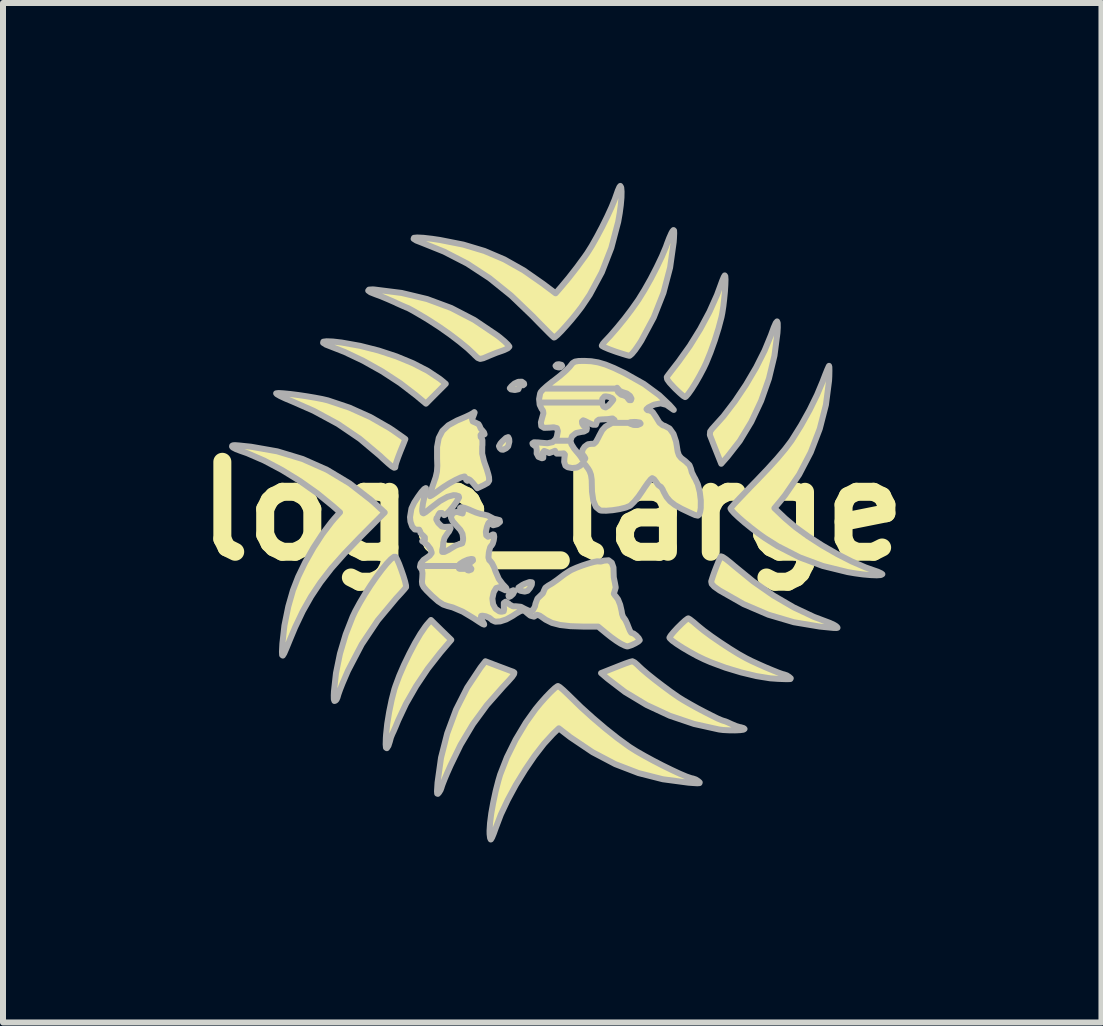
<source format=kicad_pcb>
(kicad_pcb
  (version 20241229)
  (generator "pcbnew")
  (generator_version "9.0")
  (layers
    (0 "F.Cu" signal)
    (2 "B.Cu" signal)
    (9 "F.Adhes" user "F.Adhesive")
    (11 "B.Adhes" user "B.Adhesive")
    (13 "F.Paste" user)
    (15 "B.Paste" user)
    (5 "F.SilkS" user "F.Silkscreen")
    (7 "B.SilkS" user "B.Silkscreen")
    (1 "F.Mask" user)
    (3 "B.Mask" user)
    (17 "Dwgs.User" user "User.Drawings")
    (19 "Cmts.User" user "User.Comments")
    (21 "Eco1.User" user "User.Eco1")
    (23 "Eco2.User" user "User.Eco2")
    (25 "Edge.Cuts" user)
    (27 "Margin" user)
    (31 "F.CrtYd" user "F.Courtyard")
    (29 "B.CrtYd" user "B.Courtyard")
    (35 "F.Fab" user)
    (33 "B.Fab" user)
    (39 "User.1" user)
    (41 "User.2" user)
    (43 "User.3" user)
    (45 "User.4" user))
  (footprint "logo_large"
    (layer "F.Cu")
    (at 6.157 5.471)
    (property "Reference" "logo_large" (at 0 0 0) (layer "F.SilkS") (effects (font (size 1.5 1.5) (thickness 0.3))))
    (attr board_only exclude_from_pos_files exclude_from_bom)
    (fp_poly (pts (xy 0.155 -2.438) (xy 0.165 -2.422) (xy 0.142 -2.399) (xy 0.11 -2.394) (xy 0.065 -2.406) (xy 0.055 -2.422) (xy 0.078 -2.444) (xy 0.11 -2.449)) (stroke (width 0) (type solid)) (fill yes) (layer "F.SilkS"))
    (fp_poly (pts (xy -0.633 1.342) (xy -0.633 1.343) (xy -0.653 1.383) (xy -0.695 1.421) (xy -0.722 1.431) (xy -0.729 1.411) (xy -0.715 1.376) (xy -0.681 1.334) (xy -0.648 1.32)) (stroke (width 0) (type solid)) (fill yes) (layer "F.SilkS"))
    (fp_poly (pts (xy -0.339 1.189) (xy -0.341 1.229) (xy -0.37 1.281) (xy -0.41 1.329) (xy -0.458 1.343) (xy -0.53 1.329) (xy -0.573 1.306) (xy -0.562 1.274) (xy -0.498 1.232) (xy -0.461 1.214) (xy -0.379 1.184)) (stroke (width 0) (type solid)) (fill yes) (layer "F.SilkS"))
    (fp_poly (pts (xy -0.718 -1.201) (xy -0.715 -1.157) (xy -0.735 -1.079) (xy -0.769 -1.047) (xy -0.818 -1.023) (xy -0.847 -1.026) (xy -0.875 -1.051) (xy -0.888 -1.083) (xy -0.865 -1.127) (xy -0.834 -1.161) (xy -0.771 -1.22) (xy -0.734 -1.233)) (stroke (width 0) (type solid)) (fill yes) (layer "F.SilkS"))
    (fp_poly (pts (xy -0.472 -2.131) (xy -0.468 -2.113) (xy -0.488 -2.097) (xy -0.509 -2.101) (xy -0.544 -2.097) (xy -0.55 -2.067) (xy -0.565 -2.03) (xy -0.616 -2.019) (xy -0.633 -2.02) (xy -0.688 -2.029) (xy -0.707 -2.048) (xy -0.707 -2.048) (xy -0.68 -2.082) (xy -0.63 -2.125) (xy -0.566 -2.155) (xy -0.507 -2.156)) (stroke (width 0) (type solid)) (fill yes) (layer "F.SilkS"))
    (fp_poly (pts (xy -3.659 -2.827) (xy -3.511 -2.81) (xy -3.203 -2.755) (xy -2.895 -2.677) (xy -2.598 -2.579) (xy -2.322 -2.464) (xy -2.078 -2.338) (xy -1.876 -2.204) (xy -1.843 -2.178) (xy -1.775 -2.122) (xy -1.94 -1.956) (xy -2.105 -1.791) (xy -2.27 -1.929) (xy -2.537 -2.133) (xy -2.836 -2.329) (xy -3.15 -2.505) (xy -3.461 -2.653) (xy -3.674 -2.736) (xy -3.774 -2.775) (xy -3.821 -2.805) (xy -3.816 -2.823) (xy -3.762 -2.831)) (stroke (width 0) (type solid)) (fill yes) (layer "F.SilkS"))
    (fp_poly (pts (xy 3.759 -3.135) (xy 3.759 -3.058) (xy 3.754 -2.972) (xy 3.705 -2.591) (xy 3.613 -2.209) (xy 3.483 -1.838) (xy 3.319 -1.488) (xy 3.125 -1.168) (xy 2.922 -0.907) (xy 2.817 -0.789) (xy 2.731 -1.007) (xy 2.689 -1.113) (xy 2.654 -1.202) (xy 2.631 -1.261) (xy 2.627 -1.271) (xy 2.633 -1.326) (xy 2.663 -1.369) (xy 2.853 -1.581) (xy 3.046 -1.831) (xy 3.23 -2.107) (xy 3.399 -2.394) (xy 3.541 -2.676) (xy 3.645 -2.931) (xy 3.693 -3.06) (xy 3.727 -3.137) (xy 3.749 -3.162)) (stroke (width 0) (type solid)) (fill yes) (layer "F.SilkS"))
    (fp_poly (pts (xy -1.853 1.982) (xy -1.684 2.147) (xy -1.865 2.36) (xy -2.074 2.628) (xy -2.269 2.917) (xy -2.437 3.211) (xy -2.57 3.493) (xy -2.573 3.502) (xy -2.613 3.596) (xy -2.647 3.674) (xy -2.667 3.716) (xy -2.689 3.772) (xy -2.709 3.846) (xy -2.731 3.913) (xy -2.757 3.952) (xy -2.758 3.953) (xy -2.772 3.943) (xy -2.778 3.889) (xy -2.775 3.786) (xy -2.771 3.726) (xy -2.751 3.546) (xy -2.718 3.345) (xy -2.677 3.146) (xy -2.632 2.971) (xy -2.615 2.917) (xy -2.551 2.747) (xy -2.471 2.562) (xy -2.381 2.376) (xy -2.288 2.199) (xy -2.197 2.045) (xy -2.116 1.925) (xy -2.084 1.886) (xy -2.023 1.816)) (stroke (width 0) (type solid)) (fill yes) (layer "F.SilkS"))
    (fp_poly (pts (xy -0.908 2.583) (xy -0.804 2.623) (xy -0.714 2.656) (xy -0.656 2.677) (xy -0.65 2.68) (xy -0.633 2.693) (xy -0.637 2.718) (xy -0.667 2.761) (xy -0.727 2.83) (xy -0.815 2.924) (xy -1.09 3.235) (xy -1.324 3.554) (xy -1.528 3.897) (xy -1.696 4.24) (xy -1.751 4.366) (xy -1.797 4.475) (xy -1.83 4.557) (xy -1.844 4.601) (xy -1.845 4.604) (xy -1.861 4.65) (xy -1.887 4.692) (xy -1.908 4.715) (xy -1.919 4.71) (xy -1.921 4.671) (xy -1.917 4.589) (xy -1.912 4.527) (xy -1.854 4.113) (xy -1.751 3.704) (xy -1.604 3.311) (xy -1.418 2.943) (xy -1.197 2.61) (xy -1.163 2.566) (xy -1.115 2.505)) (stroke (width 0) (type solid)) (fill yes) (layer "F.SilkS"))
    (fp_poly (pts (xy 2.841 0.764) (xy 2.898 0.803) (xy 2.977 0.866) (xy 3.033 0.913) (xy 3.353 1.175) (xy 3.688 1.408) (xy 4.027 1.606) (xy 4.361 1.763) (xy 4.541 1.831) (xy 4.631 1.865) (xy 4.703 1.899) (xy 4.732 1.918) (xy 4.751 1.935) (xy 4.756 1.945) (xy 4.738 1.95) (xy 4.692 1.948) (xy 4.607 1.94) (xy 4.476 1.927) (xy 4.458 1.925) (xy 4.028 1.853) (xy 3.604 1.728) (xy 3.19 1.552) (xy 2.792 1.324) (xy 2.782 1.318) (xy 2.7 1.259) (xy 2.658 1.215) (xy 2.651 1.175) (xy 2.652 1.17) (xy 2.67 1.108) (xy 2.701 1.022) (xy 2.737 0.927) (xy 2.772 0.84) (xy 2.8 0.777) (xy 2.813 0.755)) (stroke (width 0) (type solid)) (fill yes) (layer "F.SilkS"))
    (fp_poly (pts (xy -4.481 -1.963) (xy -4.368 -1.951) (xy -4.235 -1.935) (xy -4.095 -1.914) (xy -3.958 -1.891) (xy -3.836 -1.868) (xy -3.743 -1.845) (xy -3.383 -1.725) (xy -3.032 -1.568) (xy -2.711 -1.383) (xy -2.649 -1.341) (xy -2.56 -1.28) (xy -2.491 -1.232) (xy -2.454 -1.204) (xy -2.449 -1.201) (xy -2.459 -1.175) (xy -2.484 -1.112) (xy -2.521 -1.022) (xy -2.532 -0.995) (xy -2.571 -0.894) (xy -2.6 -0.811) (xy -2.614 -0.759) (xy -2.614 -0.754) (xy -2.619 -0.728) (xy -2.636 -0.723) (xy -2.671 -0.743) (xy -2.732 -0.792) (xy -2.822 -0.875) (xy -2.876 -0.924) (xy -3.208 -1.205) (xy -3.574 -1.452) (xy -3.978 -1.671) (xy -4.338 -1.829) (xy -4.45 -1.877) (xy -4.538 -1.918) (xy -4.591 -1.948) (xy -4.603 -1.963) (xy -4.563 -1.967)) (stroke (width 0) (type solid)) (fill yes) (layer "F.SilkS"))
    (fp_poly (pts (xy -2.587 0.805) (xy -2.554 0.881) (xy -2.517 0.978) (xy -2.482 1.079) (xy -2.454 1.172) (xy -2.438 1.24) (xy -2.438 1.269) (xy -2.465 1.304) (xy -2.519 1.366) (xy -2.59 1.443) (xy -2.602 1.455) (xy -2.909 1.821) (xy -3.176 2.222) (xy -3.406 2.662) (xy -3.499 2.876) (xy -3.537 2.973) (xy -3.565 3.051) (xy -3.577 3.096) (xy -3.577 3.099) (xy -3.596 3.143) (xy -3.613 3.16) (xy -3.632 3.166) (xy -3.641 3.139) (xy -3.642 3.07) (xy -3.639 3.005) (xy -3.606 2.7) (xy -3.539 2.378) (xy -3.445 2.058) (xy -3.328 1.761) (xy -3.285 1.671) (xy -3.21 1.53) (xy -3.123 1.383) (xy -3.029 1.238) (xy -2.934 1.1) (xy -2.842 0.977) (xy -2.759 0.875) (xy -2.689 0.801) (xy -2.638 0.762) (xy -2.613 0.762)) (stroke (width 0) (type solid)) (fill yes) (layer "F.SilkS"))
    (fp_poly (pts (xy 2.031 -4.676) (xy 2.033 -4.631) (xy 2.028 -4.543) (xy 2.024 -4.486) (xy 1.965 -4.059) (xy 1.854 -3.638) (xy 1.693 -3.229) (xy 1.484 -2.84) (xy 1.442 -2.773) (xy 1.382 -2.686) (xy 1.329 -2.622) (xy 1.293 -2.59) (xy 1.287 -2.589) (xy 1.246 -2.599) (xy 1.168 -2.622) (xy 1.068 -2.655) (xy 1.04 -2.665) (xy 0.941 -2.701) (xy 0.867 -2.732) (xy 0.829 -2.754) (xy 0.826 -2.758) (xy 0.843 -2.79) (xy 0.876 -2.827) (xy 0.971 -2.928) (xy 1.085 -3.06) (xy 1.205 -3.208) (xy 1.32 -3.358) (xy 1.417 -3.494) (xy 1.437 -3.524) (xy 1.538 -3.687) (xy 1.641 -3.871) (xy 1.741 -4.063) (xy 1.828 -4.245) (xy 1.895 -4.404) (xy 1.914 -4.458) (xy 1.949 -4.552) (xy 1.985 -4.631) (xy 2.004 -4.664) (xy 2.022 -4.685)) (stroke (width 0) (type solid)) (fill yes) (layer "F.SilkS"))
    (fp_poly (pts (xy 2.885 -3.916) (xy 2.888 -3.859) (xy 2.886 -3.77) (xy 2.879 -3.659) (xy 2.867 -3.537) (xy 2.853 -3.416) (xy 2.836 -3.305) (xy 2.821 -3.233) (xy 2.773 -3.049) (xy 2.709 -2.847) (xy 2.638 -2.648) (xy 2.566 -2.471) (xy 2.525 -2.381) (xy 2.459 -2.257) (xy 2.39 -2.138) (xy 2.325 -2.033) (xy 2.269 -1.953) (xy 2.229 -1.908) (xy 2.215 -1.901) (xy 2.184 -1.919) (xy 2.126 -1.967) (xy 2.053 -2.037) (xy 2.037 -2.052) (xy 1.957 -2.139) (xy 1.916 -2.197) (xy 1.91 -2.234) (xy 1.914 -2.241) (xy 1.941 -2.278) (xy 1.994 -2.346) (xy 2.062 -2.436) (xy 2.108 -2.494) (xy 2.294 -2.754) (xy 2.468 -3.036) (xy 2.621 -3.323) (xy 2.746 -3.601) (xy 2.801 -3.75) (xy 2.832 -3.838) (xy 2.86 -3.903) (xy 2.875 -3.929)) (stroke (width 0) (type solid)) (fill yes) (layer "F.SilkS"))
    (fp_poly (pts (xy -2.965 -3.694) (xy -2.511 -3.637) (xy -2.086 -3.535) (xy -1.684 -3.385) (xy -1.3 -3.187) (xy -0.929 -2.937) (xy -0.874 -2.894) (xy -0.796 -2.83) (xy -0.74 -2.776) (xy -0.716 -2.743) (xy -0.715 -2.741) (xy -0.739 -2.715) (xy -0.799 -2.685) (xy -0.831 -2.674) (xy -0.934 -2.638) (xy -1.043 -2.594) (xy -1.064 -2.585) (xy -1.148 -2.548) (xy -1.202 -2.537) (xy -1.244 -2.554) (xy -1.293 -2.601) (xy -1.309 -2.617) (xy -1.409 -2.712) (xy -1.545 -2.824) (xy -1.705 -2.945) (xy -1.876 -3.066) (xy -2.047 -3.177) (xy -2.115 -3.219) (xy -2.225 -3.284) (xy -2.317 -3.336) (xy -2.38 -3.372) (xy -2.406 -3.385) (xy -2.434 -3.396) (xy -2.5 -3.424) (xy -2.59 -3.465) (xy -2.619 -3.479) (xy -2.734 -3.53) (xy -2.848 -3.577) (xy -2.938 -3.611) (xy -2.943 -3.613) (xy -3.031 -3.648) (xy -3.069 -3.675) (xy -3.056 -3.692) (xy -2.991 -3.695)) (stroke (width 0) (type solid)) (fill yes) (layer "F.SilkS"))
    (fp_poly (pts (xy 2.298 1.806) (xy 2.356 1.851) (xy 2.428 1.913) (xy 2.524 1.992) (xy 2.655 2.088) (xy 2.806 2.192) (xy 2.963 2.295) (xy 3.112 2.387) (xy 3.234 2.456) (xy 3.324 2.5) (xy 3.434 2.551) (xy 3.553 2.604) (xy 3.668 2.653) (xy 3.768 2.692) (xy 3.839 2.718) (xy 3.867 2.724) (xy 3.911 2.74) (xy 3.951 2.765) (xy 3.977 2.788) (xy 3.97 2.8) (xy 3.921 2.803) (xy 3.866 2.802) (xy 3.762 2.797) (xy 3.662 2.791) (xy 3.633 2.788) (xy 3.404 2.751) (xy 3.149 2.691) (xy 2.887 2.611) (xy 2.638 2.518) (xy 2.532 2.472) (xy 2.415 2.415) (xy 2.293 2.349) (xy 2.177 2.28) (xy 2.076 2.215) (xy 2 2.16) (xy 1.959 2.121) (xy 1.954 2.11) (xy 1.973 2.077) (xy 2.02 2.02) (xy 2.084 1.951) (xy 2.153 1.881) (xy 2.216 1.824) (xy 2.259 1.792) (xy 2.268 1.789)) (stroke (width 0) (type solid)) (fill yes) (layer "F.SilkS"))
    (fp_poly (pts (xy 1.374 2.523) (xy 1.426 2.568) (xy 1.433 2.576) (xy 1.496 2.636) (xy 1.594 2.719) (xy 1.714 2.815) (xy 1.845 2.916) (xy 1.977 3.013) (xy 2.097 3.097) (xy 2.114 3.109) (xy 2.196 3.159) (xy 2.302 3.221) (xy 2.422 3.287) (xy 2.545 3.352) (xy 2.661 3.412) (xy 2.759 3.459) (xy 2.827 3.489) (xy 2.852 3.496) (xy 2.89 3.508) (xy 2.956 3.536) (xy 2.986 3.55) (xy 3.064 3.583) (xy 3.128 3.602) (xy 3.142 3.604) (xy 3.192 3.619) (xy 3.206 3.633) (xy 3.189 3.645) (xy 3.132 3.653) (xy 3.047 3.656) (xy 2.948 3.656) (xy 2.85 3.65) (xy 2.779 3.641) (xy 2.365 3.55) (xy 1.959 3.412) (xy 1.571 3.233) (xy 1.212 3.016) (xy 0.923 2.795) (xy 0.814 2.701) (xy 0.882 2.674) (xy 0.942 2.65) (xy 1.033 2.614) (xy 1.128 2.576) (xy 1.222 2.54) (xy 1.296 2.514) (xy 1.336 2.504) (xy 1.337 2.504)) (stroke (width 0) (type solid)) (fill yes) (layer "F.SilkS"))
    (fp_poly (pts (xy -5.223 -1.094) (xy -5.119 -1.083) (xy -5.022 -1.072) (xy -4.584 -0.996) (xy -4.161 -0.867) (xy -3.758 -0.688) (xy -3.377 -0.461) (xy -3.023 -0.186) (xy -2.958 -0.128) (xy -2.793 0.024) (xy -3.212 0.445) (xy -3.467 0.71) (xy -3.682 0.955) (xy -3.865 1.19) (xy -4.022 1.425) (xy -4.16 1.671) (xy -4.288 1.938) (xy -4.375 2.146) (xy -4.43 2.284) (xy -4.468 2.371) (xy -4.492 2.409) (xy -4.504 2.401) (xy -4.506 2.346) (xy -4.501 2.247) (xy -4.499 2.21) (xy -4.465 1.908) (xy -4.4 1.59) (xy -4.324 1.321) (xy -4.237 1.098) (xy -4.12 0.856) (xy -3.982 0.612) (xy -3.834 0.383) (xy -3.684 0.185) (xy -3.634 0.128) (xy -3.538 0.021) (xy -3.661 -0.087) (xy -3.922 -0.3) (xy -4.208 -0.502) (xy -4.506 -0.685) (xy -4.803 -0.842) (xy -5.086 -0.964) (xy -5.194 -1.003) (xy -5.274 -1.033) (xy -5.326 -1.061) (xy -5.339 -1.075) (xy -5.336 -1.089) (xy -5.322 -1.097) (xy -5.287 -1.098)) (stroke (width 0) (type solid)) (fill yes) (layer "F.SilkS"))
    (fp_poly (pts (xy 1.15 -5.396) (xy 1.156 -5.327) (xy 1.153 -5.226) (xy 1.143 -5.102) (xy 1.125 -4.966) (xy 1.101 -4.83) (xy 1.1 -4.828) (xy 0.985 -4.388) (xy 0.827 -3.98) (xy 0.626 -3.607) (xy 0.489 -3.403) (xy 0.409 -3.299) (xy 0.321 -3.191) (xy 0.232 -3.088) (xy 0.151 -3) (xy 0.084 -2.933) (xy 0.04 -2.897) (xy 0.028 -2.893) (xy 0.006 -2.914) (xy -0.049 -2.967) (xy -0.129 -3.047) (xy -0.229 -3.148) (xy -0.33 -3.253) (xy -0.686 -3.593) (xy -1.045 -3.883) (xy -1.416 -4.126) (xy -1.804 -4.326) (xy -2.17 -4.472) (xy -2.267 -4.511) (xy -2.312 -4.538) (xy -2.306 -4.555) (xy -2.251 -4.561) (xy -2.148 -4.556) (xy -2 -4.538) (xy -1.873 -4.52) (xy -1.483 -4.443) (xy -1.13 -4.336) (xy -0.799 -4.195) (xy -0.477 -4.014) (xy -0.158 -3.792) (xy 0.055 -3.631) (xy 0.145 -3.732) (xy 0.273 -3.885) (xy 0.411 -4.063) (xy 0.542 -4.242) (xy 0.584 -4.303) (xy 0.658 -4.421) (xy 0.743 -4.57) (xy 0.83 -4.736) (xy 0.914 -4.906) (xy 0.987 -5.065) (xy 1.043 -5.199) (xy 1.064 -5.259) (xy 1.094 -5.344) (xy 1.12 -5.402) (xy 1.135 -5.421)) (stroke (width 0) (type solid)) (fill yes) (layer "F.SilkS"))
    (fp_poly (pts (xy 4.62 -2.402) (xy 4.621 -2.339) (xy 4.618 -2.243) (xy 4.614 -2.173) (xy 4.563 -1.771) (xy 4.46 -1.37) (xy 4.31 -0.98) (xy 4.117 -0.609) (xy 3.883 -0.266) (xy 3.815 -0.182) (xy 3.704 -0.048) (xy 3.882 0.122) (xy 4.054 0.268) (xy 4.265 0.421) (xy 4.502 0.573) (xy 4.749 0.715) (xy 4.994 0.84) (xy 5.222 0.939) (xy 5.345 0.982) (xy 5.429 1.012) (xy 5.486 1.038) (xy 5.503 1.053) (xy 5.478 1.066) (xy 5.41 1.071) (xy 5.307 1.067) (xy 5.182 1.056) (xy 5.043 1.038) (xy 4.926 1.017) (xy 4.511 0.915) (xy 4.126 0.773) (xy 3.76 0.585) (xy 3.55 0.453) (xy 3.436 0.373) (xy 3.319 0.284) (xy 3.207 0.192) (xy 3.108 0.106) (xy 3.03 0.032) (xy 2.983 -0.022) (xy 2.972 -0.044) (xy 2.99 -0.069) (xy 3.042 -0.127) (xy 3.122 -0.212) (xy 3.223 -0.319) (xy 3.342 -0.441) (xy 3.406 -0.507) (xy 3.588 -0.697) (xy 3.748 -0.874) (xy 3.879 -1.029) (xy 3.977 -1.157) (xy 3.995 -1.183) (xy 4.148 -1.429) (xy 4.291 -1.687) (xy 4.415 -1.938) (xy 4.511 -2.167) (xy 4.513 -2.173) (xy 4.553 -2.278) (xy 4.587 -2.362) (xy 4.609 -2.412) (xy 4.615 -2.421)) (stroke (width 0) (type solid)) (fill yes) (layer "F.SilkS"))
    (fp_poly (pts (xy 0.127 2.936) (xy 0.186 2.985) (xy 0.262 3.057) (xy 0.304 3.098) (xy 0.481 3.271) (xy 0.681 3.451) (xy 0.889 3.628) (xy 1.09 3.788) (xy 1.272 3.921) (xy 1.295 3.936) (xy 1.403 4.004) (xy 1.535 4.08) (xy 1.683 4.161) (xy 1.836 4.24) (xy 1.986 4.314) (xy 2.122 4.377) (xy 2.236 4.425) (xy 2.317 4.453) (xy 2.347 4.459) (xy 2.393 4.475) (xy 2.435 4.503) (xy 2.458 4.524) (xy 2.455 4.535) (xy 2.418 4.538) (xy 2.338 4.534) (xy 2.27 4.528) (xy 1.843 4.471) (xy 1.439 4.369) (xy 1.05 4.219) (xy 0.673 4.02) (xy 0.3 3.769) (xy 0.186 3.681) (xy 0.11 3.622) (xy 0.012 3.717) (xy -0.138 3.88) (xy -0.296 4.084) (xy -0.455 4.316) (xy -0.606 4.564) (xy -0.742 4.817) (xy -0.857 5.06) (xy -0.939 5.276) (xy -0.973 5.371) (xy -1.003 5.441) (xy -1.023 5.475) (xy -1.025 5.476) (xy -1.037 5.451) (xy -1.044 5.388) (xy -1.046 5.33) (xy -1.038 5.203) (xy -1.016 5.04) (xy -0.983 4.856) (xy -0.943 4.669) (xy -0.898 4.494) (xy -0.868 4.394) (xy -0.756 4.107) (xy -0.61 3.811) (xy -0.441 3.527) (xy -0.28 3.302) (xy -0.195 3.2) (xy -0.108 3.102) (xy -0.026 3.016) (xy 0.042 2.953) (xy 0.087 2.92) (xy 0.096 2.917)) (stroke (width 0) (type solid)) (fill yes) (layer "F.SilkS"))
    (fp_poly (pts (xy -1.294 -1.643) (xy -1.307 -1.604) (xy -1.336 -1.531) (xy -1.326 -1.495) (xy -1.281 -1.475) (xy -1.229 -1.45) (xy -1.211 -1.42) (xy -1.191 -1.372) (xy -1.17 -1.348) (xy -1.138 -1.312) (xy -1.128 -1.281) (xy -1.143 -1.273) (xy -1.154 -1.278) (xy -1.189 -1.275) (xy -1.196 -1.268) (xy -1.192 -1.233) (xy -1.182 -1.224) (xy -1.165 -1.183) (xy -1.165 -1.101) (xy -1.167 -1.077) (xy -1.169 -0.959) (xy -1.139 -0.833) (xy -1.126 -0.798) (xy -1.091 -0.699) (xy -1.064 -0.607) (xy -1.055 -0.563) (xy -1.052 -0.507) (xy -1.074 -0.471) (xy -1.135 -0.435) (xy -1.145 -0.43) (xy -1.25 -0.381) (xy -1.326 -0.472) (xy -1.371 -0.519) (xy -1.399 -0.533) (xy -1.403 -0.525) (xy -1.414 -0.504) (xy -1.435 -0.518) (xy -1.445 -0.553) (xy -1.461 -0.577) (xy -1.465 -0.577) (xy -1.523 -0.561) (xy -1.611 -0.52) (xy -1.714 -0.464) (xy -1.816 -0.399) (xy -1.869 -0.361) (xy -1.947 -0.304) (xy -2.008 -0.263) (xy -2.039 -0.248) (xy -2.039 -0.248) (xy -2.039 -0.271) (xy -2.023 -0.334) (xy -1.993 -0.423) (xy -1.983 -0.45) (xy -1.943 -0.564) (xy -1.922 -0.657) (xy -1.916 -0.755) (xy -1.92 -0.877) (xy -1.92 -1.068) (xy -1.892 -1.219) (xy -1.831 -1.336) (xy -1.731 -1.43) (xy -1.588 -1.509) (xy -1.54 -1.53) (xy -1.444 -1.571) (xy -1.366 -1.608) (xy -1.323 -1.633) (xy -1.3 -1.65)) (stroke (width 0) (type solid)) (fill yes) (layer "F.SilkS"))
    (fp_poly (pts (xy 0.651 -2.498) (xy 0.766 -2.479) (xy 0.888 -2.442) (xy 1.03 -2.384) (xy 1.204 -2.301) (xy 1.226 -2.29) (xy 1.529 -2.118) (xy 1.784 -1.932) (xy 1.954 -1.771) (xy 2.005 -1.714) (xy 2.026 -1.687) (xy 2.014 -1.694) (xy 2.009 -1.698) (xy 1.905 -1.771) (xy 1.808 -1.795) (xy 1.704 -1.776) (xy 1.681 -1.767) (xy 1.603 -1.728) (xy 1.571 -1.699) (xy 1.589 -1.682) (xy 1.622 -1.679) (xy 1.674 -1.651) (xy 1.729 -1.57) (xy 1.735 -1.558) (xy 1.787 -1.473) (xy 1.843 -1.43) (xy 1.875 -1.421) (xy 1.957 -1.377) (xy 2.022 -1.287) (xy 2.065 -1.157) (xy 2.076 -1.091) (xy 2.091 -0.993) (xy 2.111 -0.931) (xy 2.149 -0.885) (xy 2.214 -0.835) (xy 2.222 -0.829) (xy 2.288 -0.767) (xy 2.312 -0.706) (xy 2.327 -0.647) (xy 2.365 -0.57) (xy 2.382 -0.542) (xy 2.427 -0.446) (xy 2.459 -0.317) (xy 2.477 -0.177) (xy 2.476 -0.048) (xy 2.466 0.011) (xy 2.451 0.059) (xy 2.428 0.076) (xy 2.382 0.066) (xy 2.312 0.035) (xy 2.158 -0.038) (xy 2.046 -0.101) (xy 1.965 -0.164) (xy 1.906 -0.234) (xy 1.858 -0.32) (xy 1.838 -0.365) (xy 1.811 -0.405) (xy 1.794 -0.413) (xy 1.765 -0.434) (xy 1.734 -0.482) (xy 1.698 -0.531) (xy 1.667 -0.549) (xy 1.64 -0.526) (xy 1.593 -0.468) (xy 1.534 -0.383) (xy 1.507 -0.343) (xy 1.438 -0.242) (xy 1.367 -0.155) (xy 1.307 -0.096) (xy 1.292 -0.086) (xy 1.223 -0.058) (xy 1.121 -0.033) (xy 1.008 -0.015) (xy 0.9 -0.005) (xy 0.818 -0.008) (xy 0.795 -0.013) (xy 0.729 -0.068) (xy 0.684 -0.171) (xy 0.663 -0.322) (xy 0.66 -0.402) (xy 0.657 -0.521) (xy 0.646 -0.604) (xy 0.623 -0.667) (xy 0.599 -0.707) (xy 0.551 -0.772) (xy 0.518 -0.794) (xy 0.487 -0.778) (xy 0.468 -0.757) (xy 0.412 -0.725) (xy 0.332 -0.717) (xy 0.257 -0.732) (xy 0.22 -0.757) (xy 0.199 -0.819) (xy 0.203 -0.884) (xy 0.211 -0.942) (xy 0.193 -0.962) (xy 0.138 -0.957) (xy 0.074 -0.957) (xy 0.055 -0.982) (xy 0.046 -1.005) (xy 0.01 -0.99) (xy 0.002 -0.986) (xy -0.05 -0.967) (xy -0.092 -0.987) (xy -0.134 -1.003) (xy -0.156 -0.976) (xy -0.148 -0.924) (xy -0.151 -0.887) (xy -0.173 -0.881) (xy -0.23 -0.904) (xy -0.26 -0.961) (xy -0.258 -1.009) (xy -0.263 -1.064) (xy -0.287 -1.082) (xy -0.325 -1.112) (xy -0.33 -1.129) (xy -0.305 -1.146) (xy -0.228 -1.144) (xy -0.207 -1.141) (xy -0.08 -1.131) (xy 0.006 -1.149) (xy 0.027 -1.168) (xy 0.303 -1.168) (xy 0.32 -1.113) (xy 0.366 -1.041) (xy 0.398 -1.001) (xy 0.453 -0.937) (xy 0.488 -0.889) (xy 0.495 -0.874) (xy 0.513 -0.854) (xy 0.542 -0.861) (xy 0.55 -0.879) (xy 0.53 -0.916) (xy 0.523 -0.922) (xy 0.495 -0.964) (xy 0.504 -1.02) (xy 0.541 -1.075) (xy 0.594 -1.114) (xy 0.654 -1.122) (xy 0.659 -1.121) (xy 0.695 -1.121) (xy 0.727 -1.151) (xy 0.766 -1.22) (xy 0.781 -1.254) (xy 0.833 -1.349) (xy 0.886 -1.408) (xy 0.95 -1.443) (xy 1 -1.471) (xy 1.28 -1.471) (xy 1.293 -1.459) (xy 1.356 -1.436) (xy 1.424 -1.434) (xy 1.47 -1.455) (xy 1.472 -1.459) (xy 1.46 -1.476) (xy 1.4 -1.485) (xy 1.371 -1.486) (xy 1.301 -1.482) (xy 1.28 -1.471) (xy 1 -1.471) (xy 1.014 -1.479) (xy 1.039 -1.513) (xy 1.038 -1.52) (xy 1.005 -1.544) (xy 0.987 -1.542) (xy 0.936 -1.534) (xy 0.859 -1.53) (xy 0.846 -1.53) (xy 0.776 -1.524) (xy 0.747 -1.502) (xy 0.743 -1.48) (xy 0.727 -1.439) (xy 0.676 -1.439) (xy 0.605 -1.472) (xy 0.549 -1.501) (xy 0.516 -1.513) (xy 0.496 -1.495) (xy 0.5 -1.456) (xy 0.524 -1.421) (xy 0.537 -1.413) (xy 0.577 -1.382) (xy 0.572 -1.348) (xy 0.527 -1.325) (xy 0.491 -1.321) (xy 0.397 -1.301) (xy 0.33 -1.248) (xy 0.303 -1.172) (xy 0.303 -1.168) (xy 0.027 -1.168) (xy 0.058 -1.197) (xy 0.078 -1.246) (xy 0.094 -1.335) (xy 0.078 -1.382) (xy 0.024 -1.397) (xy -0.045 -1.391) (xy -0.136 -1.388) (xy -0.183 -1.415) (xy -0.189 -1.478) (xy -0.167 -1.56) (xy -0.147 -1.63) (xy -0.155 -1.674) (xy -0.176 -1.703) (xy -0.21 -1.774) (xy -0.213 -1.81) (xy 0.827 -1.81) (xy 0.849 -1.75) (xy 0.858 -1.74) (xy 0.89 -1.728) (xy 0.933 -1.756) (xy 0.954 -1.777) (xy 0.997 -1.827) (xy 1.018 -1.856) (xy 1.018 -1.858) (xy 0.995 -1.883) (xy 0.943 -1.905) (xy 0.888 -1.913) (xy 0.869 -1.91) (xy 0.835 -1.871) (xy 0.827 -1.81) (xy -0.213 -1.81) (xy -0.219 -1.868) (xy -0.202 -1.96) (xy -0.192 -1.983) (xy -0.158 -2.022) (xy -0.136 -2.041) (xy 1.074 -2.041) (xy 1.096 -1.986) (xy 1.148 -1.941) (xy 1.196 -1.926) (xy 1.244 -1.904) (xy 1.256 -1.885) (xy 1.283 -1.849) (xy 1.312 -1.849) (xy 1.321 -1.875) (xy 1.298 -1.92) (xy 1.244 -1.96) (xy 1.183 -1.98) (xy 1.178 -1.98) (xy 1.126 -2.003) (xy 1.103 -2.03) (xy 1.08 -2.056) (xy 1.074 -2.041) (xy -0.136 -2.041) (xy -0.091 -2.083) (xy -0.003 -2.154) (xy 0.038 -2.185) (xy 0.137 -2.262) (xy 0.225 -2.339) (xy 0.288 -2.402) (xy 0.301 -2.419) (xy 0.339 -2.466) (xy 0.379 -2.492) (xy 0.439 -2.502) (xy 0.532 -2.504)) (stroke (width 0) (type solid)) (fill yes) (layer "F.SilkS"))
    (fp_poly (pts (xy -2.107 -0.382) (xy -2.107 -0.352) (xy -2.12 -0.285) (xy -2.136 -0.22) (xy -2.157 -0.124) (xy -2.168 -0.04) (xy -2.168 -0.003) (xy -2.162 0.03) (xy -2.146 0.038) (xy -2.112 0.019) (xy -2.049 -0.031) (xy -2.023 -0.053) (xy -1.874 -0.166) (xy -1.747 -0.238) (xy -1.646 -0.266) (xy -1.605 -0.263) (xy -1.56 -0.249) (xy -1.553 -0.227) (xy -1.58 -0.179) (xy -1.587 -0.168) (xy -1.652 -0.076) (xy -1.715 -0.001) (xy -1.767 0.05) (xy -1.801 0.068) (xy -1.809 0.062) (xy -1.839 0.032) (xy -1.878 0.033) (xy -1.899 0.064) (xy -1.899 0.067) (xy -1.916 0.108) (xy -1.928 0.115) (xy -1.933 0.141) (xy -1.905 0.192) (xy -1.897 0.202) (xy -1.842 0.256) (xy -1.787 0.266) (xy -1.773 0.263) (xy -1.713 0.26) (xy -1.695 0.288) (xy -1.721 0.342) (xy -1.747 0.374) (xy -1.796 0.448) (xy -1.816 0.524) (xy -1.816 0.525) (xy -1.822 0.598) (xy -1.833 0.644) (xy -1.834 0.681) (xy -1.798 0.682) (xy -1.726 0.646) (xy -1.685 0.619) (xy -1.611 0.577) (xy -1.55 0.552) (xy -1.535 0.55) (xy -1.501 0.537) (xy -1.487 0.488) (xy -1.486 0.452) (xy -1.496 0.38) (xy -1.532 0.314) (xy -1.594 0.247) (xy -1.664 0.167) (xy -1.689 0.107) (xy -1.687 0.086) (xy -1.65 0.027) (xy -1.586 0.013) (xy -1.539 0.029) (xy -1.495 0.04) (xy -1.489 0.018) (xy -1.516 -0.019) (xy -1.536 -0.052) (xy -1.515 -0.063) (xy -1.459 -0.053) (xy -1.378 -0.022) (xy -1.36 -0.013) (xy -1.27 0.025) (xy -1.19 0.05) (xy -1.156 0.055) (xy -1.079 0.073) (xy -1.034 0.097) (xy -0.972 0.129) (xy -0.932 0.138) (xy -0.878 0.151) (xy -0.871 0.181) (xy -0.911 0.215) (xy -0.925 0.221) (xy -0.984 0.236) (xy -1.017 0.219) (xy -1.027 0.204) (xy -1.046 0.182) (xy -1.065 0.201) (xy -1.089 0.263) (xy -1.107 0.347) (xy -1.1 0.405) (xy -1.071 0.428) (xy -1.028 0.409) (xy -0.988 0.39) (xy -0.974 0.393) (xy -0.967 0.428) (xy -0.975 0.487) (xy -0.992 0.544) (xy -1.013 0.577) (xy -1.017 0.578) (xy -1.034 0.602) (xy -1.052 0.663) (xy -1.057 0.693) (xy -1.064 0.774) (xy -1.051 0.818) (xy -1.034 0.831) (xy -1.004 0.869) (xy -0.969 0.942) (xy -0.945 1.008) (xy -0.892 1.132) (xy -0.824 1.221) (xy -0.816 1.228) (xy -0.768 1.279) (xy -0.756 1.313) (xy -0.78 1.321) (xy -0.826 1.299) (xy -0.89 1.27) (xy -0.934 1.283) (xy -0.971 1.345) (xy -0.977 1.358) (xy -0.999 1.458) (xy -0.986 1.553) (xy -0.945 1.63) (xy -0.881 1.673) (xy -0.845 1.679) (xy -0.809 1.67) (xy -0.802 1.634) (xy -0.808 1.596) (xy -0.807 1.532) (xy -0.778 1.512) (xy -0.73 1.539) (xy -0.714 1.557) (xy -0.654 1.588) (xy -0.608 1.587) (xy -0.522 1.596) (xy -0.458 1.631) (xy -0.38 1.667) (xy -0.322 1.652) (xy -0.287 1.588) (xy -0.28 1.547) (xy -0.247 1.459) (xy -0.205 1.419) (xy -0.156 1.371) (xy -0.138 1.325) (xy -0.115 1.278) (xy -0.065 1.242) (xy -0.001 1.205) (xy 0.08 1.148) (xy 0.12 1.117) (xy 0.204 1.054) (xy 0.287 1) (xy 0.318 0.983) (xy 0.401 0.945) (xy 0.5 0.907) (xy 0.602 0.874) (xy 0.69 0.849) (xy 0.752 0.837) (xy 0.77 0.839) (xy 0.81 0.841) (xy 0.865 0.826) (xy 0.939 0.821) (xy 0.993 0.861) (xy 1.021 0.942) (xy 1.022 1.012) (xy 1.025 1.104) (xy 1.042 1.188) (xy 1.044 1.193) (xy 1.059 1.275) (xy 1.042 1.327) (xy 1.026 1.379) (xy 1.053 1.416) (xy 1.058 1.42) (xy 1.097 1.472) (xy 1.132 1.562) (xy 1.158 1.671) (xy 1.164 1.714) (xy 1.183 1.767) (xy 1.197 1.783) (xy 1.222 1.819) (xy 1.253 1.888) (xy 1.266 1.922) (xy 1.294 1.991) (xy 1.317 2.029) (xy 1.325 2.032) (xy 1.356 2.042) (xy 1.402 2.077) (xy 1.442 2.12) (xy 1.459 2.152) (xy 1.436 2.175) (xy 1.382 2.207) (xy 1.317 2.237) (xy 1.261 2.255) (xy 1.246 2.257) (xy 1.21 2.244) (xy 1.148 2.214) (xy 1.138 2.208) (xy 1.07 2.165) (xy 0.981 2.101) (xy 0.908 2.043) (xy 0.766 1.926) (xy 0.527 1.926) (xy 0.306 1.92) (xy 0.131 1.899) (xy -0.006 1.864) (xy -0.111 1.812) (xy -0.141 1.789) (xy -0.206 1.745) (xy -0.251 1.729) (xy -0.261 1.734) (xy -0.305 1.76) (xy -0.366 1.743) (xy -0.413 1.706) (xy -0.453 1.67) (xy -0.489 1.657) (xy -0.535 1.669) (xy -0.603 1.709) (xy -0.66 1.747) (xy -0.766 1.806) (xy -0.867 1.839) (xy -0.949 1.845) (xy -1.002 1.82) (xy -1.005 1.815) (xy -1.046 1.781) (xy -1.108 1.754) (xy -1.166 1.744) (xy -1.185 1.749) (xy -1.189 1.779) (xy -1.165 1.833) (xy -1.162 1.837) (xy -1.138 1.876) (xy -1.136 1.892) (xy -1.16 1.883) (xy -1.218 1.847) (xy -1.307 1.788) (xy -1.492 1.677) (xy -1.659 1.606) (xy -1.743 1.584) (xy -1.819 1.559) (xy -1.902 1.504) (xy -2.005 1.414) (xy -2.016 1.404) (xy -2.096 1.324) (xy -2.145 1.268) (xy -2.168 1.224) (xy -2.173 1.176) (xy -2.167 1.116) (xy -2.164 1.038) (xy -2.171 0.985) (xy -2.177 0.975) (xy -2.205 0.931) (xy -2.203 0.92) (xy -1.569 0.92) (xy -1.554 0.958) (xy -1.541 0.963) (xy -1.417 0.963) (xy -1.411 0.987) (xy -1.391 0.991) (xy -1.354 0.976) (xy -1.348 0.963) (xy -1.368 0.936) (xy -1.374 0.936) (xy -1.412 0.956) (xy -1.417 0.963) (xy -1.541 0.963) (xy -1.514 0.944) (xy -1.514 0.938) (xy -1.49 0.913) (xy -1.432 0.886) (xy -1.417 0.881) (xy -1.355 0.852) (xy -1.322 0.823) (xy -1.325 0.802) (xy -1.349 0.798) (xy -1.411 0.811) (xy -1.481 0.842) (xy -1.54 0.881) (xy -1.568 0.917) (xy -1.569 0.92) (xy -2.203 0.92) (xy -2.193 0.873) (xy -2.146 0.814) (xy -2.105 0.786) (xy -2.044 0.743) (xy -2.011 0.7) (xy -2.01 0.691) (xy -2.031 0.631) (xy -2.08 0.566) (xy -2.138 0.52) (xy -2.147 0.516) (xy -2.168 0.501) (xy -2.153 0.498) (xy -2.123 0.477) (xy -2.124 0.438) (xy -2.156 0.405) (xy -2.16 0.403) (xy -2.197 0.365) (xy -2.202 0.342) (xy -2.218 0.31) (xy -2.24 0.312) (xy -2.292 0.307) (xy -2.336 0.258) (xy -2.364 0.176) (xy -2.371 0.1) (xy -2.347 -0.044) (xy -2.3 -0.143) (xy -2.239 -0.238) (xy -2.181 -0.316) (xy -2.135 -0.368) (xy -2.108 -0.383)) (stroke (width 0) (type solid)) (fill yes) (layer "F.SilkS"))
    (fp_poly (pts (xy 0.155 -2.438) (xy 0.165 -2.422) (xy 0.142 -2.4) (xy 0.11 -2.394) (xy 0.066 -2.406) (xy 0.055 -2.422) (xy 0.078 -2.444) (xy 0.11 -2.449)) (stroke (width 0.1) (type solid)) (fill no) (layer "F.Fab"))
    (fp_poly (pts (xy -0.633 1.342) (xy -0.633 1.343) (xy -0.653 1.383) (xy -0.694 1.42) (xy -0.722 1.431) (xy -0.729 1.411) (xy -0.715 1.376) (xy -0.681 1.334) (xy -0.648 1.32)) (stroke (width 0.1) (type solid)) (fill no) (layer "F.Fab"))
    (fp_poly (pts (xy -0.338 1.188) (xy -0.341 1.228) (xy -0.369 1.28) (xy -0.41 1.329) (xy -0.458 1.342) (xy -0.529 1.329) (xy -0.573 1.306) (xy -0.562 1.274) (xy -0.497 1.231) (xy -0.461 1.213) (xy -0.378 1.183)) (stroke (width 0.1) (type solid)) (fill no) (layer "F.Fab"))
    (fp_poly (pts (xy -0.718 -1.201) (xy -0.715 -1.157) (xy -0.735 -1.079) (xy -0.768 -1.047) (xy -0.818 -1.023) (xy -0.847 -1.026) (xy -0.875 -1.051) (xy -0.888 -1.083) (xy -0.864 -1.127) (xy -0.834 -1.161) (xy -0.771 -1.22) (xy -0.734 -1.233)) (stroke (width 0.1) (type solid)) (fill no) (layer "F.Fab"))
    (fp_poly (pts (xy -0.471 -2.131) (xy -0.468 -2.113) (xy -0.488 -2.097) (xy -0.509 -2.102) (xy -0.543 -2.097) (xy -0.55 -2.067) (xy -0.564 -2.031) (xy -0.616 -2.02) (xy -0.633 -2.02) (xy -0.688 -2.029) (xy -0.707 -2.048) (xy -0.707 -2.049) (xy -0.68 -2.082) (xy -0.63 -2.126) (xy -0.566 -2.155) (xy -0.507 -2.157)) (stroke (width 0.1) (type solid)) (fill no) (layer "F.Fab"))
    (fp_poly (pts (xy -3.659 -2.827) (xy -3.511 -2.81) (xy -3.203 -2.755) (xy -2.895 -2.677) (xy -2.598 -2.579) (xy -2.322 -2.465) (xy -2.078 -2.339) (xy -1.876 -2.205) (xy -1.842 -2.178) (xy -1.775 -2.122) (xy -1.94 -1.957) (xy -2.105 -1.791) (xy -2.27 -1.929) (xy -2.537 -2.134) (xy -2.836 -2.329) (xy -3.15 -2.505) (xy -3.461 -2.653) (xy -3.673 -2.736) (xy -3.773 -2.775) (xy -3.82 -2.805) (xy -3.816 -2.824) (xy -3.761 -2.831)) (stroke (width 0.1) (type solid)) (fill no) (layer "F.Fab"))
    (fp_poly (pts (xy 3.759 -3.136) (xy 3.76 -3.058) (xy 3.755 -2.972) (xy 3.705 -2.591) (xy 3.613 -2.209) (xy 3.483 -1.838) (xy 3.319 -1.488) (xy 3.126 -1.168) (xy 2.922 -0.907) (xy 2.818 -0.789) (xy 2.731 -1.007) (xy 2.689 -1.113) (xy 2.654 -1.203) (xy 2.631 -1.261) (xy 2.628 -1.271) (xy 2.633 -1.327) (xy 2.663 -1.369) (xy 2.854 -1.581) (xy 3.046 -1.832) (xy 3.231 -2.108) (xy 3.399 -2.394) (xy 3.541 -2.676) (xy 3.646 -2.931) (xy 3.693 -3.06) (xy 3.727 -3.137) (xy 3.749 -3.162)) (stroke (width 0.1) (type solid)) (fill no) (layer "F.Fab"))
    (fp_poly (pts (xy -1.853 1.982) (xy -1.683 2.147) (xy -1.865 2.36) (xy -2.074 2.627) (xy -2.268 2.917) (xy -2.437 3.211) (xy -2.57 3.493) (xy -2.573 3.501) (xy -2.612 3.596) (xy -2.646 3.674) (xy -2.666 3.716) (xy -2.689 3.772) (xy -2.709 3.846) (xy -2.731 3.913) (xy -2.757 3.952) (xy -2.758 3.953) (xy -2.772 3.943) (xy -2.777 3.889) (xy -2.774 3.786) (xy -2.77 3.726) (xy -2.751 3.546) (xy -2.718 3.345) (xy -2.677 3.146) (xy -2.632 2.971) (xy -2.614 2.917) (xy -2.551 2.747) (xy -2.471 2.562) (xy -2.381 2.376) (xy -2.288 2.199) (xy -2.197 2.045) (xy -2.115 1.925) (xy -2.084 1.886) (xy -2.022 1.816)) (stroke (width 0.1) (type solid)) (fill no) (layer "F.Fab"))
    (fp_poly (pts (xy -0.908 2.583) (xy -0.803 2.622) (xy -0.714 2.656) (xy -0.656 2.677) (xy -0.65 2.679) (xy -0.632 2.692) (xy -0.636 2.717) (xy -0.666 2.761) (xy -0.727 2.83) (xy -0.815 2.924) (xy -1.089 3.234) (xy -1.323 3.553) (xy -1.528 3.897) (xy -1.695 4.24) (xy -1.751 4.366) (xy -1.797 4.475) (xy -1.829 4.557) (xy -1.844 4.601) (xy -1.844 4.604) (xy -1.861 4.65) (xy -1.887 4.692) (xy -1.907 4.714) (xy -1.918 4.71) (xy -1.921 4.671) (xy -1.916 4.589) (xy -1.912 4.527) (xy -1.854 4.112) (xy -1.75 3.704) (xy -1.604 3.311) (xy -1.418 2.943) (xy -1.196 2.609) (xy -1.163 2.566) (xy -1.114 2.504)) (stroke (width 0.1) (type solid)) (fill no) (layer "F.Fab"))
    (fp_poly (pts (xy 2.841 0.764) (xy 2.899 0.803) (xy 2.978 0.866) (xy 3.033 0.913) (xy 3.354 1.175) (xy 3.688 1.408) (xy 4.028 1.606) (xy 4.361 1.763) (xy 4.541 1.831) (xy 4.631 1.865) (xy 4.703 1.899) (xy 4.733 1.918) (xy 4.751 1.935) (xy 4.756 1.945) (xy 4.739 1.949) (xy 4.692 1.948) (xy 4.607 1.94) (xy 4.477 1.927) (xy 4.458 1.925) (xy 4.028 1.853) (xy 3.604 1.728) (xy 3.191 1.551) (xy 2.792 1.324) (xy 2.783 1.318) (xy 2.7 1.259) (xy 2.659 1.214) (xy 2.651 1.175) (xy 2.652 1.169) (xy 2.671 1.108) (xy 2.701 1.021) (xy 2.737 0.927) (xy 2.772 0.84) (xy 2.801 0.777) (xy 2.814 0.755)) (stroke (width 0.1) (type solid)) (fill no) (layer "F.Fab"))
    (fp_poly (pts (xy -4.481 -1.963) (xy -4.368 -1.952) (xy -4.235 -1.935) (xy -4.094 -1.914) (xy -3.958 -1.891) (xy -3.836 -1.868) (xy -3.742 -1.846) (xy -3.382 -1.725) (xy -3.032 -1.568) (xy -2.711 -1.384) (xy -2.648 -1.342) (xy -2.56 -1.28) (xy -2.491 -1.232) (xy -2.453 -1.204) (xy -2.449 -1.201) (xy -2.459 -1.176) (xy -2.484 -1.112) (xy -2.521 -1.022) (xy -2.532 -0.995) (xy -2.571 -0.894) (xy -2.6 -0.811) (xy -2.614 -0.76) (xy -2.614 -0.754) (xy -2.618 -0.728) (xy -2.635 -0.723) (xy -2.671 -0.743) (xy -2.731 -0.793) (xy -2.822 -0.875) (xy -2.875 -0.925) (xy -3.208 -1.205) (xy -3.573 -1.453) (xy -3.978 -1.672) (xy -4.337 -1.83) (xy -4.45 -1.877) (xy -4.537 -1.918) (xy -4.591 -1.949) (xy -4.603 -1.963) (xy -4.563 -1.968)) (stroke (width 0.1) (type solid)) (fill no) (layer "F.Fab"))
    (fp_poly (pts (xy -2.587 0.804) (xy -2.553 0.881) (xy -2.517 0.978) (xy -2.482 1.079) (xy -2.454 1.171) (xy -2.438 1.24) (xy -2.437 1.269) (xy -2.465 1.304) (xy -2.519 1.365) (xy -2.59 1.442) (xy -2.602 1.455) (xy -2.908 1.821) (xy -3.176 2.222) (xy -3.406 2.662) (xy -3.498 2.876) (xy -3.536 2.972) (xy -3.564 3.051) (xy -3.577 3.096) (xy -3.577 3.099) (xy -3.596 3.142) (xy -3.613 3.16) (xy -3.631 3.166) (xy -3.641 3.138) (xy -3.642 3.07) (xy -3.639 3.005) (xy -3.605 2.7) (xy -3.539 2.377) (xy -3.444 2.057) (xy -3.328 1.761) (xy -3.285 1.67) (xy -3.209 1.53) (xy -3.122 1.383) (xy -3.029 1.238) (xy -2.934 1.1) (xy -2.842 0.977) (xy -2.759 0.875) (xy -2.689 0.801) (xy -2.638 0.762) (xy -2.612 0.762)) (stroke (width 0.1) (type solid)) (fill no) (layer "F.Fab"))
    (fp_poly (pts (xy 2.031 -4.677) (xy 2.033 -4.632) (xy 2.029 -4.543) (xy 2.025 -4.486) (xy 1.965 -4.059) (xy 1.854 -3.638) (xy 1.693 -3.229) (xy 1.485 -2.84) (xy 1.442 -2.773) (xy 1.382 -2.686) (xy 1.329 -2.622) (xy 1.293 -2.591) (xy 1.287 -2.589) (xy 1.246 -2.599) (xy 1.168 -2.623) (xy 1.068 -2.655) (xy 1.04 -2.665) (xy 0.942 -2.701) (xy 0.867 -2.733) (xy 0.829 -2.754) (xy 0.827 -2.758) (xy 0.844 -2.79) (xy 0.876 -2.827) (xy 0.971 -2.928) (xy 1.085 -3.06) (xy 1.206 -3.208) (xy 1.32 -3.358) (xy 1.417 -3.495) (xy 1.438 -3.525) (xy 1.538 -3.687) (xy 1.642 -3.871) (xy 1.741 -4.063) (xy 1.828 -4.245) (xy 1.895 -4.404) (xy 1.914 -4.458) (xy 1.95 -4.552) (xy 1.985 -4.631) (xy 2.004 -4.665) (xy 2.022 -4.685)) (stroke (width 0.1) (type solid)) (fill no) (layer "F.Fab"))
    (fp_poly (pts (xy 2.885 -3.916) (xy 2.889 -3.86) (xy 2.886 -3.77) (xy 2.879 -3.659) (xy 2.867 -3.538) (xy 2.853 -3.416) (xy 2.836 -3.305) (xy 2.822 -3.234) (xy 2.773 -3.049) (xy 2.71 -2.847) (xy 2.639 -2.648) (xy 2.567 -2.471) (xy 2.525 -2.382) (xy 2.459 -2.257) (xy 2.391 -2.138) (xy 2.325 -2.033) (xy 2.269 -1.954) (xy 2.229 -1.908) (xy 2.216 -1.901) (xy 2.184 -1.919) (xy 2.127 -1.968) (xy 2.054 -2.037) (xy 2.038 -2.053) (xy 1.958 -2.139) (xy 1.916 -2.197) (xy 1.91 -2.234) (xy 1.914 -2.241) (xy 1.941 -2.278) (xy 1.994 -2.347) (xy 2.063 -2.436) (xy 2.108 -2.494) (xy 2.294 -2.755) (xy 2.468 -3.036) (xy 2.622 -3.324) (xy 2.746 -3.601) (xy 2.801 -3.75) (xy 2.833 -3.838) (xy 2.86 -3.903) (xy 2.876 -3.929)) (stroke (width 0.1) (type solid)) (fill no) (layer "F.Fab"))
    (fp_poly (pts (xy -2.965 -3.694) (xy -2.511 -3.637) (xy -2.086 -3.535) (xy -1.684 -3.386) (xy -1.3 -3.187) (xy -0.929 -2.937) (xy -0.873 -2.895) (xy -0.796 -2.83) (xy -0.74 -2.776) (xy -0.715 -2.743) (xy -0.715 -2.741) (xy -0.739 -2.715) (xy -0.799 -2.686) (xy -0.831 -2.674) (xy -0.934 -2.638) (xy -1.042 -2.594) (xy -1.063 -2.585) (xy -1.148 -2.549) (xy -1.201 -2.537) (xy -1.243 -2.554) (xy -1.293 -2.601) (xy -1.309 -2.618) (xy -1.409 -2.712) (xy -1.545 -2.824) (xy -1.704 -2.945) (xy -1.876 -3.066) (xy -2.047 -3.177) (xy -2.115 -3.219) (xy -2.225 -3.284) (xy -2.316 -3.337) (xy -2.38 -3.372) (xy -2.405 -3.385) (xy -2.434 -3.396) (xy -2.499 -3.424) (xy -2.59 -3.465) (xy -2.618 -3.479) (xy -2.734 -3.53) (xy -2.848 -3.578) (xy -2.937 -3.611) (xy -2.943 -3.613) (xy -3.031 -3.648) (xy -3.068 -3.675) (xy -3.055 -3.692) (xy -2.991 -3.696)) (stroke (width 0.1) (type solid)) (fill no) (layer "F.Fab"))
    (fp_poly (pts (xy 2.298 1.806) (xy 2.356 1.851) (xy 2.428 1.913) (xy 2.525 1.992) (xy 2.655 2.088) (xy 2.806 2.192) (xy 2.963 2.295) (xy 3.112 2.387) (xy 3.234 2.455) (xy 3.324 2.5) (xy 3.435 2.551) (xy 3.554 2.604) (xy 3.669 2.652) (xy 3.768 2.692) (xy 3.839 2.717) (xy 3.867 2.724) (xy 3.911 2.739) (xy 3.951 2.765) (xy 3.977 2.788) (xy 3.97 2.8) (xy 3.921 2.802) (xy 3.867 2.801) (xy 3.762 2.797) (xy 3.662 2.79) (xy 3.633 2.788) (xy 3.404 2.751) (xy 3.15 2.69) (xy 2.888 2.611) (xy 2.638 2.518) (xy 2.532 2.472) (xy 2.415 2.415) (xy 2.293 2.348) (xy 2.177 2.28) (xy 2.076 2.215) (xy 2 2.16) (xy 1.959 2.12) (xy 1.954 2.11) (xy 1.973 2.077) (xy 2.02 2.02) (xy 2.084 1.95) (xy 2.154 1.881) (xy 2.216 1.824) (xy 2.259 1.792) (xy 2.269 1.789)) (stroke (width 0.1) (type solid)) (fill no) (layer "F.Fab"))
    (fp_poly (pts (xy 1.374 2.523) (xy 1.426 2.568) (xy 1.433 2.576) (xy 1.497 2.636) (xy 1.594 2.719) (xy 1.714 2.815) (xy 1.846 2.916) (xy 1.977 3.013) (xy 2.097 3.097) (xy 2.115 3.109) (xy 2.196 3.159) (xy 2.302 3.22) (xy 2.422 3.287) (xy 2.546 3.352) (xy 2.662 3.411) (xy 2.759 3.459) (xy 2.828 3.488) (xy 2.853 3.496) (xy 2.89 3.507) (xy 2.956 3.536) (xy 2.986 3.55) (xy 3.064 3.583) (xy 3.128 3.602) (xy 3.143 3.604) (xy 3.193 3.619) (xy 3.206 3.632) (xy 3.19 3.644) (xy 3.132 3.652) (xy 3.047 3.656) (xy 2.949 3.655) (xy 2.85 3.65) (xy 2.78 3.641) (xy 2.365 3.549) (xy 1.959 3.412) (xy 1.572 3.232) (xy 1.213 3.016) (xy 0.923 2.794) (xy 0.814 2.701) (xy 0.882 2.674) (xy 0.942 2.65) (xy 1.033 2.614) (xy 1.129 2.576) (xy 1.222 2.54) (xy 1.297 2.514) (xy 1.337 2.504) (xy 1.337 2.504)) (stroke (width 0.1) (type solid)) (fill no) (layer "F.Fab"))
    (fp_poly (pts (xy -5.222 -1.094) (xy -5.118 -1.083) (xy -5.022 -1.073) (xy -4.584 -0.996) (xy -4.161 -0.868) (xy -3.757 -0.689) (xy -3.377 -0.461) (xy -3.023 -0.186) (xy -2.958 -0.128) (xy -2.793 0.024) (xy -3.212 0.445) (xy -3.466 0.71) (xy -3.682 0.954) (xy -3.864 1.189) (xy -4.021 1.425) (xy -4.16 1.671) (xy -4.287 1.938) (xy -4.374 2.146) (xy -4.43 2.283) (xy -4.468 2.371) (xy -4.492 2.409) (xy -4.503 2.4) (xy -4.506 2.346) (xy -4.501 2.246) (xy -4.499 2.21) (xy -4.465 1.908) (xy -4.4 1.589) (xy -4.323 1.32) (xy -4.237 1.098) (xy -4.12 0.856) (xy -3.982 0.612) (xy -3.833 0.383) (xy -3.683 0.185) (xy -3.634 0.127) (xy -3.538 0.021) (xy -3.661 -0.087) (xy -3.922 -0.3) (xy -4.208 -0.502) (xy -4.506 -0.685) (xy -4.802 -0.842) (xy -5.085 -0.965) (xy -5.194 -1.003) (xy -5.273 -1.033) (xy -5.326 -1.061) (xy -5.338 -1.076) (xy -5.336 -1.089) (xy -5.322 -1.097) (xy -5.287 -1.099)) (stroke (width 0.1) (type solid)) (fill no) (layer "F.Fab"))
    (fp_poly (pts (xy 1.15 -5.396) (xy 1.156 -5.327) (xy 1.154 -5.226) (xy 1.143 -5.102) (xy 1.125 -4.967) (xy 1.101 -4.83) (xy 1.101 -4.828) (xy 0.985 -4.388) (xy 0.827 -3.981) (xy 0.626 -3.607) (xy 0.489 -3.403) (xy 0.409 -3.299) (xy 0.321 -3.191) (xy 0.232 -3.089) (xy 0.151 -3) (xy 0.085 -2.934) (xy 0.04 -2.897) (xy 0.029 -2.894) (xy 0.006 -2.914) (xy -0.049 -2.967) (xy -0.129 -3.048) (xy -0.228 -3.148) (xy -0.33 -3.253) (xy -0.685 -3.593) (xy -1.045 -3.883) (xy -1.416 -4.126) (xy -1.804 -4.326) (xy -2.17 -4.473) (xy -2.267 -4.511) (xy -2.311 -4.539) (xy -2.305 -4.556) (xy -2.25 -4.561) (xy -2.148 -4.556) (xy -2 -4.539) (xy -1.873 -4.52) (xy -1.483 -4.443) (xy -1.13 -4.337) (xy -0.799 -4.196) (xy -0.476 -4.014) (xy -0.158 -3.792) (xy 0.056 -3.631) (xy 0.145 -3.733) (xy 0.273 -3.886) (xy 0.411 -4.063) (xy 0.543 -4.243) (xy 0.585 -4.303) (xy 0.659 -4.421) (xy 0.743 -4.57) (xy 0.831 -4.736) (xy 0.915 -4.906) (xy 0.988 -5.065) (xy 1.043 -5.199) (xy 1.064 -5.259) (xy 1.094 -5.344) (xy 1.12 -5.403) (xy 1.135 -5.421)) (stroke (width 0.1) (type solid)) (fill no) (layer "F.Fab"))
    (fp_poly (pts (xy 4.62 -2.402) (xy 4.621 -2.339) (xy 4.619 -2.244) (xy 4.615 -2.173) (xy 4.563 -1.771) (xy 4.46 -1.371) (xy 4.31 -0.98) (xy 4.117 -0.609) (xy 3.883 -0.267) (xy 3.816 -0.182) (xy 3.704 -0.048) (xy 3.883 0.122) (xy 4.055 0.268) (xy 4.266 0.421) (xy 4.502 0.573) (xy 4.749 0.715) (xy 4.994 0.84) (xy 5.223 0.939) (xy 5.345 0.982) (xy 5.429 1.011) (xy 5.486 1.038) (xy 5.504 1.052) (xy 5.479 1.066) (xy 5.41 1.071) (xy 5.307 1.067) (xy 5.182 1.056) (xy 5.044 1.037) (xy 4.926 1.017) (xy 4.511 0.915) (xy 4.126 0.772) (xy 3.76 0.585) (xy 3.55 0.453) (xy 3.437 0.373) (xy 3.32 0.283) (xy 3.207 0.192) (xy 3.108 0.106) (xy 3.03 0.032) (xy 2.983 -0.022) (xy 2.972 -0.044) (xy 2.991 -0.069) (xy 3.042 -0.127) (xy 3.122 -0.212) (xy 3.224 -0.319) (xy 3.342 -0.442) (xy 3.406 -0.507) (xy 3.588 -0.698) (xy 3.748 -0.874) (xy 3.88 -1.03) (xy 3.977 -1.158) (xy 3.995 -1.184) (xy 4.149 -1.43) (xy 4.292 -1.687) (xy 4.415 -1.938) (xy 4.511 -2.167) (xy 4.513 -2.174) (xy 4.553 -2.278) (xy 4.587 -2.362) (xy 4.61 -2.413) (xy 4.615 -2.421)) (stroke (width 0.1) (type solid)) (fill no) (layer "F.Fab"))
    (fp_poly (pts (xy 0.127 2.935) (xy 0.186 2.985) (xy 0.262 3.057) (xy 0.304 3.098) (xy 0.481 3.271) (xy 0.681 3.451) (xy 0.889 3.628) (xy 1.091 3.788) (xy 1.272 3.92) (xy 1.295 3.936) (xy 1.403 4.004) (xy 1.536 4.08) (xy 1.683 4.16) (xy 1.837 4.24) (xy 1.986 4.313) (xy 2.123 4.377) (xy 2.236 4.425) (xy 2.317 4.453) (xy 2.347 4.459) (xy 2.393 4.475) (xy 2.436 4.503) (xy 2.459 4.524) (xy 2.455 4.535) (xy 2.418 4.538) (xy 2.338 4.533) (xy 2.271 4.528) (xy 1.844 4.471) (xy 1.439 4.368) (xy 1.051 4.219) (xy 0.673 4.02) (xy 0.3 3.769) (xy 0.186 3.681) (xy 0.11 3.622) (xy 0.012 3.716) (xy -0.138 3.88) (xy -0.296 4.084) (xy -0.454 4.316) (xy -0.606 4.564) (xy -0.742 4.816) (xy -0.857 5.06) (xy -0.939 5.276) (xy -0.973 5.371) (xy -1.002 5.441) (xy -1.022 5.474) (xy -1.025 5.475) (xy -1.036 5.451) (xy -1.044 5.387) (xy -1.045 5.33) (xy -1.037 5.203) (xy -1.016 5.039) (xy -0.983 4.856) (xy -0.943 4.669) (xy -0.898 4.494) (xy -0.868 4.393) (xy -0.756 4.106) (xy -0.61 3.811) (xy -0.44 3.527) (xy -0.279 3.302) (xy -0.195 3.2) (xy -0.107 3.101) (xy -0.025 3.016) (xy 0.043 2.952) (xy 0.088 2.919) (xy 0.096 2.917)) (stroke (width 0.1) (type solid)) (fill no) (layer "F.Fab"))
    (fp_poly (pts (xy -1.294 -1.643) (xy -1.307 -1.604) (xy -1.336 -1.531) (xy -1.326 -1.495) (xy -1.281 -1.475) (xy -1.229 -1.45) (xy -1.211 -1.42) (xy -1.191 -1.373) (xy -1.169 -1.349) (xy -1.138 -1.312) (xy -1.128 -1.281) (xy -1.143 -1.273) (xy -1.154 -1.279) (xy -1.189 -1.276) (xy -1.195 -1.268) (xy -1.192 -1.233) (xy -1.181 -1.224) (xy -1.164 -1.184) (xy -1.164 -1.101) (xy -1.167 -1.077) (xy -1.168 -0.959) (xy -1.138 -0.834) (xy -1.126 -0.798) (xy -1.091 -0.699) (xy -1.064 -0.607) (xy -1.054 -0.564) (xy -1.051 -0.508) (xy -1.074 -0.471) (xy -1.135 -0.436) (xy -1.145 -0.431) (xy -1.25 -0.381) (xy -1.326 -0.473) (xy -1.371 -0.519) (xy -1.398 -0.533) (xy -1.402 -0.525) (xy -1.414 -0.505) (xy -1.434 -0.519) (xy -1.444 -0.553) (xy -1.461 -0.577) (xy -1.465 -0.577) (xy -1.523 -0.561) (xy -1.611 -0.52) (xy -1.713 -0.464) (xy -1.816 -0.399) (xy -1.869 -0.361) (xy -1.947 -0.304) (xy -2.008 -0.263) (xy -2.038 -0.248) (xy -2.038 -0.248) (xy -2.039 -0.271) (xy -2.022 -0.334) (xy -1.992 -0.423) (xy -1.983 -0.45) (xy -1.943 -0.565) (xy -1.922 -0.658) (xy -1.916 -0.755) (xy -1.92 -0.877) (xy -1.92 -1.069) (xy -1.892 -1.219) (xy -1.831 -1.337) (xy -1.731 -1.431) (xy -1.587 -1.51) (xy -1.539 -1.53) (xy -1.444 -1.571) (xy -1.366 -1.608) (xy -1.322 -1.633) (xy -1.299 -1.65)) (stroke (width 0.1) (type solid)) (fill no) (layer "F.Fab"))
    (fp_poly (pts (xy 0.652 -2.498) (xy 0.766 -2.479) (xy 0.888 -2.443) (xy 1.03 -2.385) (xy 1.204 -2.302) (xy 1.226 -2.29) (xy 1.53 -2.119) (xy 1.784 -1.932) (xy 1.954 -1.771) (xy 2.005 -1.714) (xy 2.027 -1.687) (xy 2.014 -1.694) (xy 2.009 -1.698) (xy 1.905 -1.771) (xy 1.808 -1.796) (xy 1.704 -1.776) (xy 1.681 -1.767) (xy 1.603 -1.728) (xy 1.572 -1.699) (xy 1.589 -1.682) (xy 1.622 -1.679) (xy 1.674 -1.652) (xy 1.729 -1.57) (xy 1.736 -1.558) (xy 1.788 -1.473) (xy 1.844 -1.43) (xy 1.875 -1.421) (xy 1.957 -1.377) (xy 2.022 -1.287) (xy 2.065 -1.157) (xy 2.076 -1.091) (xy 2.091 -0.994) (xy 2.112 -0.931) (xy 2.149 -0.885) (xy 2.215 -0.835) (xy 2.222 -0.829) (xy 2.288 -0.767) (xy 2.312 -0.706) (xy 2.327 -0.647) (xy 2.365 -0.57) (xy 2.382 -0.542) (xy 2.427 -0.446) (xy 2.46 -0.317) (xy 2.477 -0.178) (xy 2.476 -0.049) (xy 2.466 0.011) (xy 2.451 0.058) (xy 2.428 0.076) (xy 2.382 0.066) (xy 2.312 0.035) (xy 2.158 -0.038) (xy 2.046 -0.101) (xy 1.965 -0.164) (xy 1.906 -0.234) (xy 1.858 -0.321) (xy 1.839 -0.365) (xy 1.811 -0.405) (xy 1.795 -0.413) (xy 1.766 -0.435) (xy 1.734 -0.482) (xy 1.698 -0.531) (xy 1.667 -0.549) (xy 1.64 -0.527) (xy 1.593 -0.468) (xy 1.534 -0.384) (xy 1.508 -0.343) (xy 1.438 -0.242) (xy 1.367 -0.155) (xy 1.307 -0.096) (xy 1.293 -0.086) (xy 1.223 -0.058) (xy 1.122 -0.033) (xy 1.008 -0.015) (xy 0.9 -0.006) (xy 0.818 -0.008) (xy 0.795 -0.014) (xy 0.729 -0.068) (xy 0.685 -0.172) (xy 0.663 -0.322) (xy 0.661 -0.402) (xy 0.658 -0.522) (xy 0.646 -0.604) (xy 0.623 -0.667) (xy 0.599 -0.707) (xy 0.551 -0.772) (xy 0.518 -0.794) (xy 0.487 -0.778) (xy 0.468 -0.757) (xy 0.412 -0.726) (xy 0.333 -0.717) (xy 0.257 -0.732) (xy 0.22 -0.757) (xy 0.199 -0.82) (xy 0.203 -0.884) (xy 0.211 -0.942) (xy 0.193 -0.962) (xy 0.138 -0.958) (xy 0.074 -0.958) (xy 0.055 -0.982) (xy 0.046 -1.005) (xy 0.01 -0.99) (xy 0.003 -0.986) (xy -0.05 -0.967) (xy -0.091 -0.987) (xy -0.134 -1.003) (xy -0.156 -0.976) (xy -0.148 -0.925) (xy -0.15 -0.887) (xy -0.172 -0.881) (xy -0.23 -0.904) (xy -0.26 -0.961) (xy -0.258 -1.009) (xy -0.263 -1.064) (xy -0.286 -1.083) (xy -0.324 -1.112) (xy -0.33 -1.129) (xy -0.304 -1.147) (xy -0.228 -1.144) (xy -0.206 -1.141) (xy -0.08 -1.131) (xy 0.006 -1.149) (xy 0.027 -1.169) (xy 0.303 -1.169) (xy 0.321 -1.113) (xy 0.366 -1.041) (xy 0.399 -1.001) (xy 0.453 -0.937) (xy 0.488 -0.889) (xy 0.495 -0.874) (xy 0.513 -0.854) (xy 0.542 -0.861) (xy 0.551 -0.879) (xy 0.531 -0.916) (xy 0.523 -0.922) (xy 0.495 -0.965) (xy 0.505 -1.021) (xy 0.541 -1.075) (xy 0.594 -1.114) (xy 0.655 -1.122) (xy 0.659 -1.121) (xy 0.695 -1.122) (xy 0.728 -1.152) (xy 0.766 -1.221) (xy 0.782 -1.254) (xy 0.833 -1.349) (xy 0.887 -1.408) (xy 0.95 -1.443) (xy 1 -1.471) (xy 1.281 -1.471) (xy 1.294 -1.459) (xy 1.357 -1.436) (xy 1.424 -1.435) (xy 1.47 -1.455) (xy 1.473 -1.459) (xy 1.46 -1.476) (xy 1.401 -1.485) (xy 1.371 -1.486) (xy 1.301 -1.482) (xy 1.281 -1.471) (xy 1 -1.471) (xy 1.014 -1.479) (xy 1.039 -1.514) (xy 1.038 -1.52) (xy 1.006 -1.544) (xy 0.988 -1.542) (xy 0.936 -1.534) (xy 0.859 -1.53) (xy 0.847 -1.53) (xy 0.776 -1.524) (xy 0.747 -1.502) (xy 0.743 -1.481) (xy 0.727 -1.439) (xy 0.677 -1.44) (xy 0.606 -1.472) (xy 0.549 -1.501) (xy 0.516 -1.513) (xy 0.496 -1.495) (xy 0.5 -1.457) (xy 0.524 -1.421) (xy 0.537 -1.414) (xy 0.578 -1.383) (xy 0.572 -1.349) (xy 0.527 -1.325) (xy 0.491 -1.321) (xy 0.397 -1.301) (xy 0.33 -1.248) (xy 0.303 -1.173) (xy 0.303 -1.169) (xy 0.027 -1.169) (xy 0.058 -1.197) (xy 0.078 -1.246) (xy 0.094 -1.335) (xy 0.078 -1.383) (xy 0.024 -1.397) (xy -0.045 -1.391) (xy -0.135 -1.388) (xy -0.182 -1.416) (xy -0.189 -1.479) (xy -0.167 -1.56) (xy -0.147 -1.63) (xy -0.154 -1.674) (xy -0.176 -1.704) (xy -0.21 -1.774) (xy -0.213 -1.81) (xy 0.828 -1.81) (xy 0.849 -1.75) (xy 0.858 -1.74) (xy 0.89 -1.728) (xy 0.934 -1.756) (xy 0.954 -1.778) (xy 0.997 -1.827) (xy 1.018 -1.857) (xy 1.018 -1.858) (xy 0.995 -1.884) (xy 0.943 -1.905) (xy 0.889 -1.913) (xy 0.869 -1.91) (xy 0.835 -1.871) (xy 0.828 -1.81) (xy -0.213 -1.81) (xy -0.219 -1.868) (xy -0.202 -1.96) (xy -0.192 -1.983) (xy -0.158 -2.022) (xy -0.136 -2.042) (xy 1.074 -2.042) (xy 1.096 -1.986) (xy 1.148 -1.941) (xy 1.196 -1.927) (xy 1.244 -1.904) (xy 1.256 -1.885) (xy 1.284 -1.85) (xy 1.312 -1.849) (xy 1.321 -1.875) (xy 1.298 -1.92) (xy 1.245 -1.96) (xy 1.183 -1.98) (xy 1.178 -1.981) (xy 1.126 -2.003) (xy 1.103 -2.03) (xy 1.081 -2.056) (xy 1.074 -2.042) (xy -0.136 -2.042) (xy -0.091 -2.083) (xy -0.003 -2.154) (xy 0.039 -2.185) (xy 0.137 -2.262) (xy 0.225 -2.339) (xy 0.288 -2.403) (xy 0.301 -2.419) (xy 0.339 -2.467) (xy 0.379 -2.492) (xy 0.439 -2.502) (xy 0.532 -2.504)) (stroke (width 0.1) (type solid)) (fill no) (layer "F.Fab"))
    (fp_poly (pts (xy -2.106 -0.382) (xy -2.107 -0.352) (xy -2.12 -0.285) (xy -2.135 -0.22) (xy -2.156 -0.124) (xy -2.167 -0.04) (xy -2.168 -0.004) (xy -2.161 0.03) (xy -2.146 0.038) (xy -2.112 0.019) (xy -2.049 -0.031) (xy -2.022 -0.054) (xy -1.874 -0.167) (xy -1.747 -0.238) (xy -1.646 -0.266) (xy -1.604 -0.263) (xy -1.56 -0.249) (xy -1.553 -0.227) (xy -1.58 -0.18) (xy -1.587 -0.168) (xy -1.652 -0.076) (xy -1.714 -0.001) (xy -1.767 0.05) (xy -1.801 0.068) (xy -1.809 0.062) (xy -1.838 0.031) (xy -1.877 0.033) (xy -1.898 0.063) (xy -1.899 0.066) (xy -1.916 0.108) (xy -1.928 0.115) (xy -1.933 0.14) (xy -1.905 0.192) (xy -1.897 0.202) (xy -1.842 0.256) (xy -1.787 0.266) (xy -1.773 0.263) (xy -1.712 0.26) (xy -1.695 0.288) (xy -1.721 0.342) (xy -1.747 0.373) (xy -1.796 0.448) (xy -1.816 0.524) (xy -1.816 0.524) (xy -1.822 0.598) (xy -1.833 0.644) (xy -1.834 0.681) (xy -1.797 0.681) (xy -1.726 0.646) (xy -1.684 0.619) (xy -1.611 0.576) (xy -1.549 0.552) (xy -1.534 0.55) (xy -1.5 0.537) (xy -1.487 0.487) (xy -1.486 0.452) (xy -1.496 0.38) (xy -1.532 0.314) (xy -1.594 0.246) (xy -1.663 0.166) (xy -1.689 0.107) (xy -1.687 0.085) (xy -1.649 0.027) (xy -1.586 0.012) (xy -1.539 0.028) (xy -1.495 0.04) (xy -1.489 0.018) (xy -1.516 -0.019) (xy -1.536 -0.052) (xy -1.514 -0.064) (xy -1.459 -0.053) (xy -1.378 -0.022) (xy -1.36 -0.013) (xy -1.27 0.025) (xy -1.189 0.05) (xy -1.156 0.055) (xy -1.079 0.073) (xy -1.033 0.097) (xy -0.972 0.129) (xy -0.932 0.137) (xy -0.878 0.151) (xy -0.871 0.181) (xy -0.911 0.215) (xy -0.925 0.221) (xy -0.984 0.236) (xy -1.017 0.218) (xy -1.027 0.203) (xy -1.046 0.182) (xy -1.065 0.201) (xy -1.089 0.263) (xy -1.107 0.346) (xy -1.1 0.404) (xy -1.071 0.428) (xy -1.027 0.409) (xy -0.988 0.389) (xy -0.973 0.393) (xy -0.967 0.428) (xy -0.975 0.487) (xy -0.992 0.544) (xy -1.012 0.576) (xy -1.017 0.578) (xy -1.034 0.602) (xy -1.051 0.663) (xy -1.057 0.693) (xy -1.064 0.774) (xy -1.05 0.818) (xy -1.034 0.831) (xy -1.004 0.869) (xy -0.968 0.941) (xy -0.945 1.007) (xy -0.891 1.131) (xy -0.824 1.221) (xy -0.816 1.228) (xy -0.768 1.279) (xy -0.756 1.313) (xy -0.78 1.321) (xy -0.826 1.299) (xy -0.89 1.27) (xy -0.934 1.283) (xy -0.971 1.345) (xy -0.977 1.358) (xy -0.998 1.458) (xy -0.986 1.553) (xy -0.945 1.629) (xy -0.88 1.673) (xy -0.845 1.678) (xy -0.809 1.67) (xy -0.801 1.633) (xy -0.807 1.596) (xy -0.807 1.532) (xy -0.778 1.511) (xy -0.73 1.539) (xy -0.713 1.557) (xy -0.654 1.588) (xy -0.607 1.587) (xy -0.522 1.596) (xy -0.458 1.63) (xy -0.38 1.666) (xy -0.322 1.652) (xy -0.287 1.587) (xy -0.28 1.547) (xy -0.247 1.459) (xy -0.205 1.418) (xy -0.155 1.37) (xy -0.137 1.324) (xy -0.115 1.278) (xy -0.065 1.242) (xy -0.001 1.205) (xy 0.08 1.148) (xy 0.121 1.117) (xy 0.204 1.054) (xy 0.287 1) (xy 0.318 0.982) (xy 0.401 0.945) (xy 0.501 0.907) (xy 0.602 0.874) (xy 0.691 0.849) (xy 0.752 0.837) (xy 0.77 0.839) (xy 0.811 0.841) (xy 0.865 0.826) (xy 0.939 0.82) (xy 0.993 0.861) (xy 1.021 0.941) (xy 1.023 1.012) (xy 1.026 1.104) (xy 1.043 1.187) (xy 1.044 1.192) (xy 1.059 1.275) (xy 1.043 1.327) (xy 1.027 1.378) (xy 1.053 1.416) (xy 1.059 1.42) (xy 1.097 1.472) (xy 1.133 1.562) (xy 1.158 1.671) (xy 1.164 1.714) (xy 1.183 1.767) (xy 1.197 1.783) (xy 1.222 1.819) (xy 1.253 1.887) (xy 1.266 1.922) (xy 1.294 1.991) (xy 1.317 2.029) (xy 1.325 2.032) (xy 1.356 2.041) (xy 1.402 2.076) (xy 1.442 2.119) (xy 1.459 2.152) (xy 1.436 2.175) (xy 1.382 2.207) (xy 1.317 2.237) (xy 1.261 2.255) (xy 1.246 2.256) (xy 1.21 2.244) (xy 1.149 2.214) (xy 1.138 2.208) (xy 1.07 2.165) (xy 0.981 2.101) (xy 0.908 2.043) (xy 0.766 1.926) (xy 0.528 1.926) (xy 0.306 1.919) (xy 0.131 1.899) (xy -0.005 1.864) (xy -0.11 1.811) (xy -0.141 1.789) (xy -0.206 1.744) (xy -0.251 1.729) (xy -0.261 1.733) (xy -0.304 1.76) (xy -0.366 1.743) (xy -0.412 1.706) (xy -0.453 1.67) (xy -0.489 1.656) (xy -0.534 1.669) (xy -0.603 1.709) (xy -0.66 1.747) (xy -0.766 1.806) (xy -0.867 1.839) (xy -0.949 1.844) (xy -1.001 1.82) (xy -1.005 1.814) (xy -1.046 1.781) (xy -1.108 1.754) (xy -1.166 1.744) (xy -1.185 1.748) (xy -1.189 1.779) (xy -1.165 1.833) (xy -1.162 1.837) (xy -1.138 1.876) (xy -1.135 1.892) (xy -1.16 1.883) (xy -1.218 1.847) (xy -1.307 1.788) (xy -1.492 1.677) (xy -1.659 1.606) (xy -1.743 1.584) (xy -1.819 1.558) (xy -1.902 1.504) (xy -2.005 1.413) (xy -2.015 1.403) (xy -2.096 1.323) (xy -2.144 1.268) (xy -2.167 1.223) (xy -2.172 1.176) (xy -2.167 1.116) (xy -2.163 1.038) (xy -2.17 0.985) (xy -2.177 0.975) (xy -2.205 0.931) (xy -2.203 0.92) (xy -1.568 0.92) (xy -1.554 0.958) (xy -1.541 0.963) (xy -1.417 0.963) (xy -1.411 0.986) (xy -1.391 0.99) (xy -1.353 0.976) (xy -1.348 0.963) (xy -1.368 0.936) (xy -1.374 0.935) (xy -1.411 0.955) (xy -1.417 0.963) (xy -1.541 0.963) (xy -1.514 0.944) (xy -1.513 0.938) (xy -1.49 0.913) (xy -1.432 0.886) (xy -1.417 0.88) (xy -1.355 0.852) (xy -1.321 0.823) (xy -1.325 0.802) (xy -1.349 0.798) (xy -1.41 0.811) (xy -1.48 0.842) (xy -1.539 0.881) (xy -1.568 0.916) (xy -1.568 0.92) (xy -2.203 0.92) (xy -2.193 0.873) (xy -2.146 0.814) (xy -2.105 0.786) (xy -2.044 0.743) (xy -2.011 0.7) (xy -2.01 0.69) (xy -2.031 0.631) (xy -2.08 0.566) (xy -2.138 0.52) (xy -2.147 0.515) (xy -2.168 0.501) (xy -2.153 0.497) (xy -2.123 0.477) (xy -2.124 0.437) (xy -2.156 0.404) (xy -2.16 0.403) (xy -2.196 0.365) (xy -2.201 0.342) (xy -2.218 0.31) (xy -2.24 0.311) (xy -2.292 0.306) (xy -2.335 0.257) (xy -2.364 0.176) (xy -2.371 0.1) (xy -2.347 -0.044) (xy -2.3 -0.143) (xy -2.238 -0.238) (xy -2.181 -0.317) (xy -2.135 -0.368) (xy -2.108 -0.383)) (stroke (width 0.1) (type solid)) (fill no) (layer "F.Fab")))
  (gr_rect
    (start -3 -3)
    (end 15.314 13.997)
    (stroke (width 0.1) (type default))
    (fill no)
    (layer "Edge.Cuts")))
</source>
